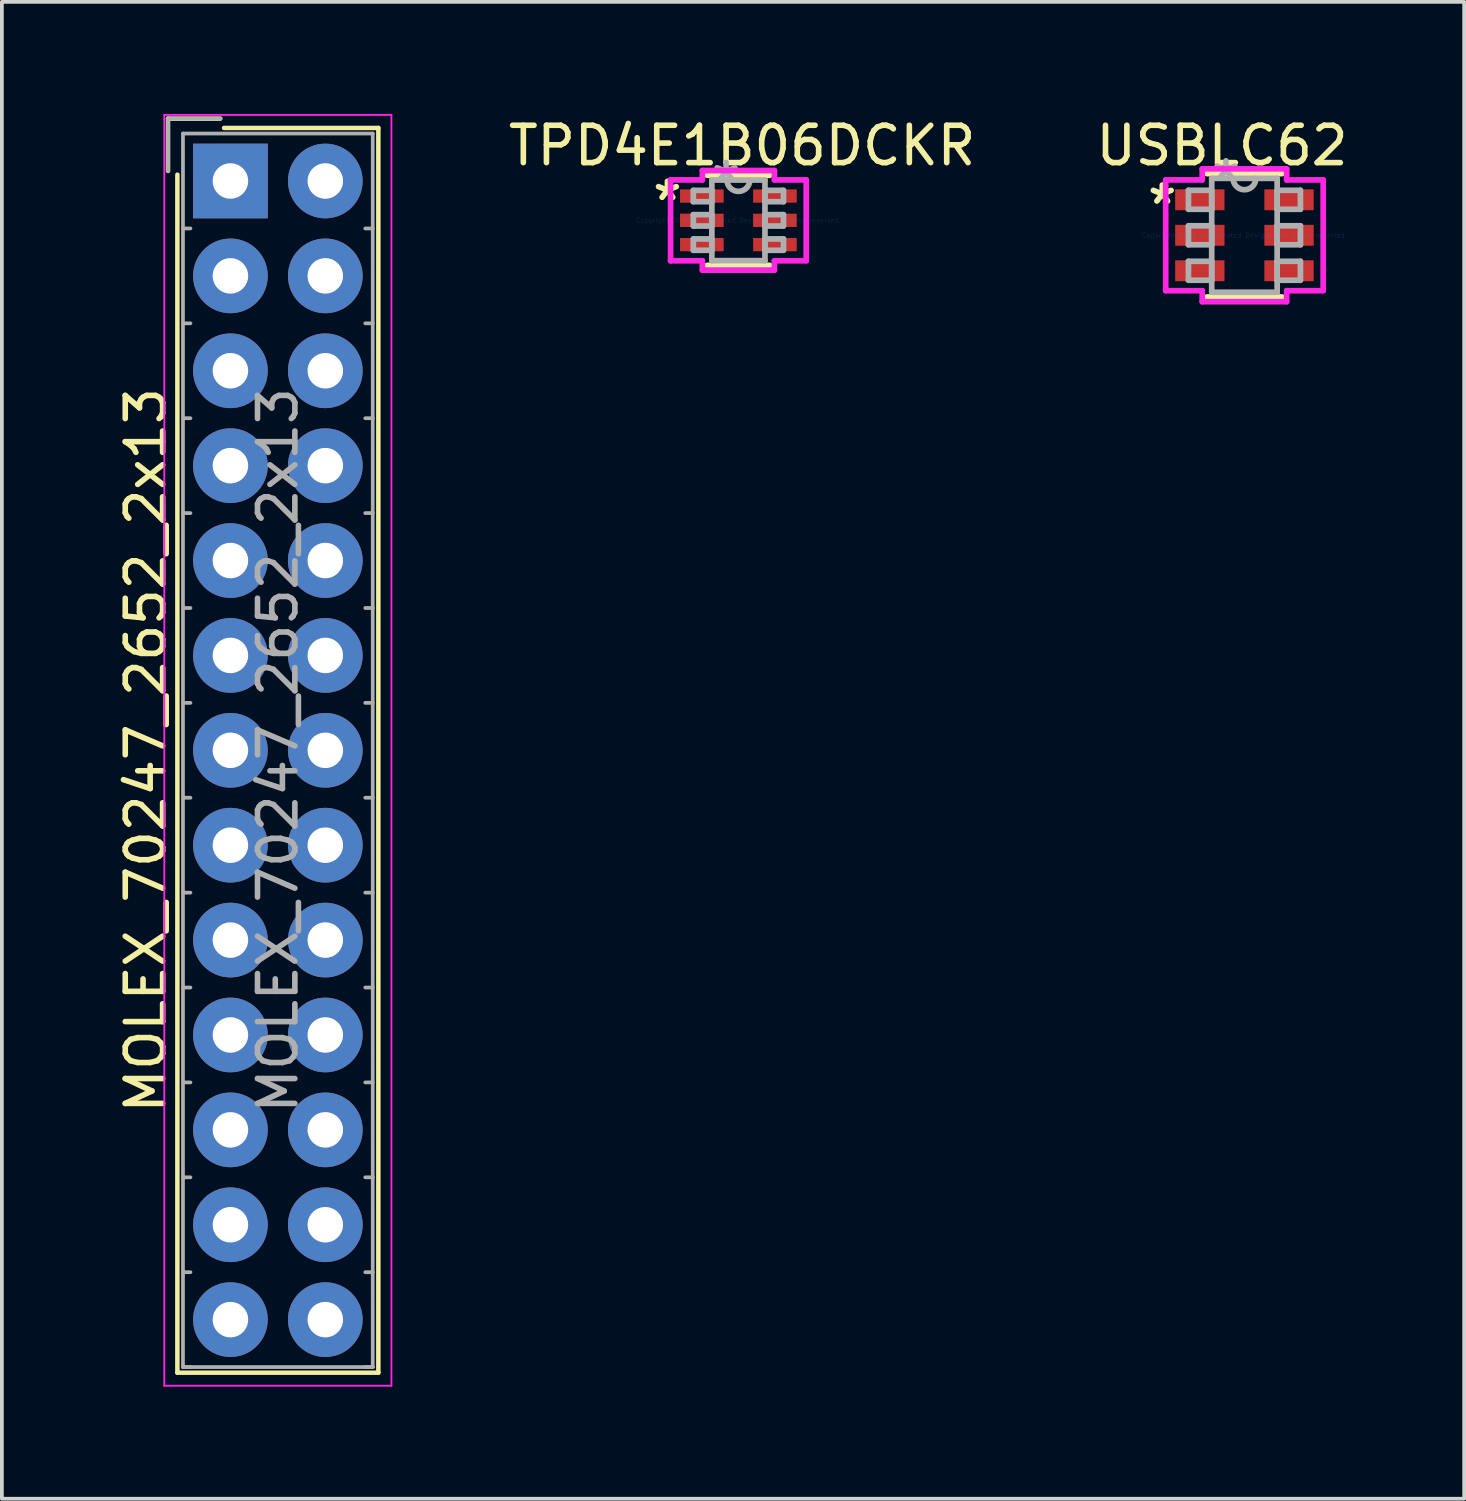
<source format=kicad_pcb>
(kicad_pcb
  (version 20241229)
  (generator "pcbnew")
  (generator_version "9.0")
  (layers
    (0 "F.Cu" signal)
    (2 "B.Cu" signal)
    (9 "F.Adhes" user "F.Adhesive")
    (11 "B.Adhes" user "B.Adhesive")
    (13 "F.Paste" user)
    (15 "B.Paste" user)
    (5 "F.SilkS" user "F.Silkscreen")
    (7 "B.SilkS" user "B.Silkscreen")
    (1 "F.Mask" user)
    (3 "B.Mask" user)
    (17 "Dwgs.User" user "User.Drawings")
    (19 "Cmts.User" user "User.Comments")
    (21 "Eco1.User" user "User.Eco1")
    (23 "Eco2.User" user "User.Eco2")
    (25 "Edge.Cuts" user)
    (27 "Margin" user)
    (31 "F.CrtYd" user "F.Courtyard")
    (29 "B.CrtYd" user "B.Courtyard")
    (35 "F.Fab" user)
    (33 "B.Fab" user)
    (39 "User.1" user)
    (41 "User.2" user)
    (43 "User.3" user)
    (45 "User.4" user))
  (footprint "USBLC62"
    (layer "F.Cu")
    (at 30.262 3.248)
    (property "Reference" "USBLC62" (at -0.6 -2.4 0) (layer "F.SilkS") (effects (font (size 1 1) (thickness 0.15))))
    (attr through_hole)
    (fp_line (start -1.003 1.651) (end 1.003 1.651) (stroke (width 0.152) (type solid)) (layer "F.SilkS"))
    (fp_line (start 1.003 -1.651) (end -1.003 -1.651) (stroke (width 0.152) (type solid)) (layer "F.SilkS"))
    (fp_line (start -2.108 -1.483) (end -1.13 -1.483) (stroke (width 0.152) (type solid)) (layer "F.CrtYd"))
    (fp_line (start -2.108 1.483) (end -2.108 -1.483) (stroke (width 0.152) (type solid)) (layer "F.CrtYd"))
    (fp_line (start -1.13 -1.778) (end 1.13 -1.778) (stroke (width 0.152) (type solid)) (layer "F.CrtYd"))
    (fp_line (start -1.13 -1.483) (end -1.13 -1.778) (stroke (width 0.152) (type solid)) (layer "F.CrtYd"))
    (fp_line (start -1.13 1.483) (end -2.108 1.483) (stroke (width 0.152) (type solid)) (layer "F.CrtYd"))
    (fp_line (start -1.13 1.778) (end -1.13 1.483) (stroke (width 0.152) (type solid)) (layer "F.CrtYd"))
    (fp_line (start 1.13 -1.778) (end 1.13 -1.483) (stroke (width 0.152) (type solid)) (layer "F.CrtYd"))
    (fp_line (start 1.13 -1.483) (end 2.108 -1.483) (stroke (width 0.152) (type solid)) (layer "F.CrtYd"))
    (fp_line (start 1.13 1.483) (end 1.13 1.778) (stroke (width 0.152) (type solid)) (layer "F.CrtYd"))
    (fp_line (start 1.13 1.778) (end -1.13 1.778) (stroke (width 0.152) (type solid)) (layer "F.CrtYd"))
    (fp_line (start 2.108 -1.483) (end 2.108 1.483) (stroke (width 0.152) (type solid)) (layer "F.CrtYd"))
    (fp_line (start 2.108 1.483) (end 1.13 1.483) (stroke (width 0.152) (type solid)) (layer "F.CrtYd"))
    (fp_line (start -1.499 -1.204) (end -1.499 -0.696) (stroke (width 0.152) (type solid)) (layer "F.Fab"))
    (fp_line (start -1.499 -0.696) (end -0.876 -0.696) (stroke (width 0.152) (type solid)) (layer "F.Fab"))
    (fp_line (start -1.499 -0.254) (end -1.499 0.254) (stroke (width 0.152) (type solid)) (layer "F.Fab"))
    (fp_line (start -1.499 0.254) (end -0.876 0.254) (stroke (width 0.152) (type solid)) (layer "F.Fab"))
    (fp_line (start -1.499 0.696) (end -1.499 1.204) (stroke (width 0.152) (type solid)) (layer "F.Fab"))
    (fp_line (start -1.499 1.204) (end -0.876 1.204) (stroke (width 0.152) (type solid)) (layer "F.Fab"))
    (fp_line (start -0.876 -1.524) (end -0.876 1.524) (stroke (width 0.152) (type solid)) (layer "F.Fab"))
    (fp_line (start -0.876 -1.204) (end -1.499 -1.204) (stroke (width 0.152) (type solid)) (layer "F.Fab"))
    (fp_line (start -0.876 -0.696) (end -0.876 -1.204) (stroke (width 0.152) (type solid)) (layer "F.Fab"))
    (fp_line (start -0.876 -0.254) (end -1.499 -0.254) (stroke (width 0.152) (type solid)) (layer "F.Fab"))
    (fp_line (start -0.876 0.254) (end -0.876 -0.254) (stroke (width 0.152) (type solid)) (layer "F.Fab"))
    (fp_line (start -0.876 0.696) (end -1.499 0.696) (stroke (width 0.152) (type solid)) (layer "F.Fab"))
    (fp_line (start -0.876 1.204) (end -0.876 0.696) (stroke (width 0.152) (type solid)) (layer "F.Fab"))
    (fp_line (start -0.876 1.524) (end 0.876 1.524) (stroke (width 0.152) (type solid)) (layer "F.Fab"))
    (fp_line (start 0.876 -1.524) (end -0.876 -1.524) (stroke (width 0.152) (type solid)) (layer "F.Fab"))
    (fp_line (start 0.876 -1.204) (end 0.876 -0.696) (stroke (width 0.152) (type solid)) (layer "F.Fab"))
    (fp_line (start 0.876 -0.696) (end 1.499 -0.696) (stroke (width 0.152) (type solid)) (layer "F.Fab"))
    (fp_line (start 0.876 -0.254) (end 0.876 0.254) (stroke (width 0.152) (type solid)) (layer "F.Fab"))
    (fp_line (start 0.876 0.254) (end 1.499 0.254) (stroke (width 0.152) (type solid)) (layer "F.Fab"))
    (fp_line (start 0.876 0.696) (end 0.876 1.204) (stroke (width 0.152) (type solid)) (layer "F.Fab"))
    (fp_line (start 0.876 1.204) (end 1.499 1.204) (stroke (width 0.152) (type solid)) (layer "F.Fab"))
    (fp_line (start 0.876 1.524) (end 0.876 -1.524) (stroke (width 0.152) (type solid)) (layer "F.Fab"))
    (fp_line (start 1.499 -1.204) (end 0.876 -1.204) (stroke (width 0.152) (type solid)) (layer "F.Fab"))
    (fp_line (start 1.499 -0.696) (end 1.499 -1.204) (stroke (width 0.152) (type solid)) (layer "F.Fab"))
    (fp_line (start 1.499 -0.254) (end 0.876 -0.254) (stroke (width 0.152) (type solid)) (layer "F.Fab"))
    (fp_line (start 1.499 0.254) (end 1.499 -0.254) (stroke (width 0.152) (type solid)) (layer "F.Fab"))
    (fp_line (start 1.499 0.696) (end 0.876 0.696) (stroke (width 0.152) (type solid)) (layer "F.Fab"))
    (fp_line (start 1.499 1.204) (end 1.499 0.696) (stroke (width 0.152) (type solid)) (layer "F.Fab"))
    (fp_arc (start 0.3048 -1.524) (mid 0 -1.2192) (end -0.3048 -1.524) (stroke (width 0.1524) (type solid)) (layer "F.Fab"))
    (fp_text user "*" (at -2.2 -0.8 0) (layer "F.SilkS") (effects (font (size 1 1) (thickness 0.15))))
    (fp_text user "Copyright 2016 Accelerated Designs. All rights reserved." (at 0 0 0) (layer "Cmts.User") (effects (font (size 0.127 0.127) (thickness 0.002))))
    (fp_text user "*" (at -0.495 -1.448 0) (layer "F.Fab") (effects (font (size 1 1) (thickness 0.15))))
    (pad "1" smd rect (at -1.194 -0.95) (size 1.321 0.559) (layers "F.Cu" "F.Mask" "F.Paste"))
    (pad "2" smd rect (at -1.194 0) (size 1.321 0.559) (layers "F.Cu" "F.Mask" "F.Paste"))
    (pad "3" smd rect (at -1.194 0.95) (size 1.321 0.559) (layers "F.Cu" "F.Mask" "F.Paste"))
    (pad "4" smd rect (at 1.194 0.95) (size 1.321 0.559) (layers "F.Cu" "F.Mask" "F.Paste"))
    (pad "5" smd rect (at 1.194 0) (size 1.321 0.559) (layers "F.Cu" "F.Mask" "F.Paste"))
    (pad "6" smd rect (at 1.194 -0.95) (size 1.321 0.559) (layers "F.Cu" "F.Mask" "F.Paste")))
  (footprint "TPD4E1B06DCKR"
    (layer "F.Cu")
    (at 16.716 2.848)
    (property "Reference" "TPD4E1B06DCKR" (at 0.1 -2 0) (layer "F.SilkS") (effects (font (size 1 1) (thickness 0.15))))
    (attr through_hole)
    (fp_line (start -0.838 1.206) (end 0.838 1.206) (stroke (width 0.152) (type solid)) (layer "F.SilkS"))
    (fp_line (start 0.838 -1.206) (end -0.838 -1.206) (stroke (width 0.152) (type solid)) (layer "F.SilkS"))
    (fp_line (start -1.816 -1.082) (end -0.965 -1.082) (stroke (width 0.152) (type solid)) (layer "F.CrtYd"))
    (fp_line (start -1.816 1.082) (end -1.816 -1.082) (stroke (width 0.152) (type solid)) (layer "F.CrtYd"))
    (fp_line (start -0.965 -1.333) (end 0.965 -1.333) (stroke (width 0.152) (type solid)) (layer "F.CrtYd"))
    (fp_line (start -0.965 -1.082) (end -0.965 -1.333) (stroke (width 0.152) (type solid)) (layer "F.CrtYd"))
    (fp_line (start -0.965 1.082) (end -1.816 1.082) (stroke (width 0.152) (type solid)) (layer "F.CrtYd"))
    (fp_line (start -0.965 1.333) (end -0.965 1.082) (stroke (width 0.152) (type solid)) (layer "F.CrtYd"))
    (fp_line (start 0.965 -1.333) (end 0.965 -1.082) (stroke (width 0.152) (type solid)) (layer "F.CrtYd"))
    (fp_line (start 0.965 -1.082) (end 1.816 -1.082) (stroke (width 0.152) (type solid)) (layer "F.CrtYd"))
    (fp_line (start 0.965 1.082) (end 0.965 1.333) (stroke (width 0.152) (type solid)) (layer "F.CrtYd"))
    (fp_line (start 0.965 1.333) (end -0.965 1.333) (stroke (width 0.152) (type solid)) (layer "F.CrtYd"))
    (fp_line (start 1.816 -1.082) (end 1.816 1.082) (stroke (width 0.152) (type solid)) (layer "F.CrtYd"))
    (fp_line (start 1.816 1.082) (end 0.965 1.082) (stroke (width 0.152) (type solid)) (layer "F.CrtYd"))
    (fp_line (start -1.206 -0.802) (end -1.206 -0.498) (stroke (width 0.152) (type solid)) (layer "F.Fab"))
    (fp_line (start -1.206 -0.498) (end -0.711 -0.498) (stroke (width 0.152) (type solid)) (layer "F.Fab"))
    (fp_line (start -1.206 -0.152) (end -1.206 0.152) (stroke (width 0.152) (type solid)) (layer "F.Fab"))
    (fp_line (start -1.206 0.152) (end -0.711 0.152) (stroke (width 0.152) (type solid)) (layer "F.Fab"))
    (fp_line (start -1.206 0.498) (end -1.206 0.802) (stroke (width 0.152) (type solid)) (layer "F.Fab"))
    (fp_line (start -1.206 0.802) (end -0.711 0.802) (stroke (width 0.152) (type solid)) (layer "F.Fab"))
    (fp_line (start -0.711 -1.079) (end -0.711 1.079) (stroke (width 0.152) (type solid)) (layer "F.Fab"))
    (fp_line (start -0.711 -0.802) (end -1.206 -0.802) (stroke (width 0.152) (type solid)) (layer "F.Fab"))
    (fp_line (start -0.711 -0.498) (end -0.711 -0.802) (stroke (width 0.152) (type solid)) (layer "F.Fab"))
    (fp_line (start -0.711 -0.152) (end -1.206 -0.152) (stroke (width 0.152) (type solid)) (layer "F.Fab"))
    (fp_line (start -0.711 0.152) (end -0.711 -0.152) (stroke (width 0.152) (type solid)) (layer "F.Fab"))
    (fp_line (start -0.711 0.498) (end -1.206 0.498) (stroke (width 0.152) (type solid)) (layer "F.Fab"))
    (fp_line (start -0.711 0.802) (end -0.711 0.498) (stroke (width 0.152) (type solid)) (layer "F.Fab"))
    (fp_line (start -0.711 1.079) (end 0.711 1.079) (stroke (width 0.152) (type solid)) (layer "F.Fab"))
    (fp_line (start 0.711 -1.079) (end -0.711 -1.079) (stroke (width 0.152) (type solid)) (layer "F.Fab"))
    (fp_line (start 0.711 -0.802) (end 0.711 -0.498) (stroke (width 0.152) (type solid)) (layer "F.Fab"))
    (fp_line (start 0.711 -0.498) (end 1.206 -0.498) (stroke (width 0.152) (type solid)) (layer "F.Fab"))
    (fp_line (start 0.711 -0.152) (end 0.711 0.152) (stroke (width 0.152) (type solid)) (layer "F.Fab"))
    (fp_line (start 0.711 0.152) (end 1.206 0.152) (stroke (width 0.152) (type solid)) (layer "F.Fab"))
    (fp_line (start 0.711 0.498) (end 0.711 0.802) (stroke (width 0.152) (type solid)) (layer "F.Fab"))
    (fp_line (start 0.711 0.802) (end 1.206 0.802) (stroke (width 0.152) (type solid)) (layer "F.Fab"))
    (fp_line (start 0.711 1.079) (end 0.711 -1.079) (stroke (width 0.152) (type solid)) (layer "F.Fab"))
    (fp_line (start 1.206 -0.802) (end 0.711 -0.802) (stroke (width 0.152) (type solid)) (layer "F.Fab"))
    (fp_line (start 1.206 -0.498) (end 1.206 -0.802) (stroke (width 0.152) (type solid)) (layer "F.Fab"))
    (fp_line (start 1.206 -0.152) (end 0.711 -0.152) (stroke (width 0.152) (type solid)) (layer "F.Fab"))
    (fp_line (start 1.206 0.152) (end 1.206 -0.152) (stroke (width 0.152) (type solid)) (layer "F.Fab"))
    (fp_line (start 1.206 0.498) (end 0.711 0.498) (stroke (width 0.152) (type solid)) (layer "F.Fab"))
    (fp_line (start 1.206 0.802) (end 1.206 0.498) (stroke (width 0.152) (type solid)) (layer "F.Fab"))
    (fp_arc (start 0.3048 -1.0795) (mid 0 -0.7747) (end -0.3048 -1.0795) (stroke (width 0.1524) (type solid)) (layer "F.Fab"))
    (fp_text user "*" (at -1.9 -0.5 0) (layer "F.SilkS") (effects (font (size 1 1) (thickness 0.15))))
    (fp_text user "Copyright 2016 Accelerated Designs. All rights reserved." (at 0 0 0) (layer "Cmts.User") (effects (font (size 0.127 0.127) (thickness 0.002))))
    (fp_text user "*" (at -0.33 -1.003 0) (layer "F.Fab") (effects (font (size 1 1) (thickness 0.15))))
    (pad "1" smd rect (at -0.978 -0.65) (size 1.168 0.356) (layers "F.Cu" "F.Mask" "F.Paste"))
    (pad "2" smd rect (at -0.978 0) (size 1.168 0.356) (layers "F.Cu" "F.Mask" "F.Paste"))
    (pad "3" smd rect (at -0.978 0.65) (size 1.168 0.356) (layers "F.Cu" "F.Mask" "F.Paste"))
    (pad "4" smd rect (at 0.978 0.65) (size 1.168 0.356) (layers "F.Cu" "F.Mask" "F.Paste"))
    (pad "5" smd rect (at 0.978 0) (size 1.168 0.356) (layers "F.Cu" "F.Mask" "F.Paste"))
    (pad "6" smd rect (at 0.978 -0.65) (size 1.168 0.356) (layers "F.Cu" "F.Mask" "F.Paste")))
  (footprint "MOLEX_70247_2652_2x13"
    (layer "F.Cu")
    (at 3.118 1.795)
    (property "Reference" "MOLEX_70247_2652_2x13" (at -2.27 15.24 90) (layer "F.SilkS") (effects (font (size 1 1) (thickness 0.15))))
    (attr through_hole)
    (fp_line (start -1.67 -1.67) (end -1.67 -0.27) (stroke (width 0.12) (type solid)) (layer "F.SilkS"))
    (fp_line (start -1.42 31.9) (end -1.42 -0.17) (stroke (width 0.12) (type solid)) (layer "F.SilkS"))
    (fp_line (start -0.27 -1.67) (end -1.67 -1.67) (stroke (width 0.12) (type solid)) (layer "F.SilkS"))
    (fp_line (start -0.17 -1.42) (end 3.96 -1.42) (stroke (width 0.12) (type solid)) (layer "F.SilkS"))
    (fp_line (start 3.96 -1.42) (end 3.96 31.9) (stroke (width 0.12) (type solid)) (layer "F.SilkS"))
    (fp_line (start 3.96 31.9) (end -1.42 31.9) (stroke (width 0.12) (type solid)) (layer "F.SilkS"))
    (fp_line (start -1.77 -1.77) (end -1.77 32.25) (stroke (width 0.05) (type solid)) (layer "F.CrtYd"))
    (fp_line (start -1.77 32.25) (end 4.31 32.25) (stroke (width 0.05) (type solid)) (layer "F.CrtYd"))
    (fp_line (start 4.31 -1.77) (end -1.77 -1.77) (stroke (width 0.05) (type solid)) (layer "F.CrtYd"))
    (fp_line (start 4.31 32.25) (end 4.31 -1.77) (stroke (width 0.05) (type solid)) (layer "F.CrtYd"))
    (fp_line (start -1.67 -1.67) (end -1.67 -0.27) (stroke (width 0.1) (type solid)) (layer "F.Fab"))
    (fp_line (start -1.27 -1.27) (end -1.27 31.75) (stroke (width 0.1) (type solid)) (layer "F.Fab"))
    (fp_line (start -1.27 1.27) (end -1.07 1.27) (stroke (width 0.1) (type solid)) (layer "F.Fab"))
    (fp_line (start -1.27 3.81) (end -1.07 3.81) (stroke (width 0.1) (type solid)) (layer "F.Fab"))
    (fp_line (start -1.27 6.35) (end -1.07 6.35) (stroke (width 0.1) (type solid)) (layer "F.Fab"))
    (fp_line (start -1.27 8.89) (end -1.07 8.89) (stroke (width 0.1) (type solid)) (layer "F.Fab"))
    (fp_line (start -1.27 11.43) (end -1.07 11.43) (stroke (width 0.1) (type solid)) (layer "F.Fab"))
    (fp_line (start -1.27 13.97) (end -1.07 13.97) (stroke (width 0.1) (type solid)) (layer "F.Fab"))
    (fp_line (start -1.27 16.51) (end -1.07 16.51) (stroke (width 0.1) (type solid)) (layer "F.Fab"))
    (fp_line (start -1.27 19.05) (end -1.07 19.05) (stroke (width 0.1) (type solid)) (layer "F.Fab"))
    (fp_line (start -1.27 21.59) (end -1.07 21.59) (stroke (width 0.1) (type solid)) (layer "F.Fab"))
    (fp_line (start -1.27 24.13) (end -1.07 24.13) (stroke (width 0.1) (type solid)) (layer "F.Fab"))
    (fp_line (start -1.27 26.67) (end -1.07 26.67) (stroke (width 0.1) (type solid)) (layer "F.Fab"))
    (fp_line (start -1.27 29.21) (end -1.07 29.21) (stroke (width 0.1) (type solid)) (layer "F.Fab"))
    (fp_line (start -1.27 31.75) (end -1.07 31.75) (stroke (width 0.1) (type solid)) (layer "F.Fab"))
    (fp_line (start -1.27 31.75) (end 3.81 31.75) (stroke (width 0.1) (type solid)) (layer "F.Fab"))
    (fp_line (start -0.27 -1.67) (end -1.67 -1.67) (stroke (width 0.1) (type solid)) (layer "F.Fab"))
    (fp_line (start 3.81 -1.27) (end -1.27 -1.27) (stroke (width 0.1) (type solid)) (layer "F.Fab"))
    (fp_line (start 3.81 1.27) (end 3.61 1.27) (stroke (width 0.1) (type solid)) (layer "F.Fab"))
    (fp_line (start 3.81 3.81) (end 3.61 3.81) (stroke (width 0.1) (type solid)) (layer "F.Fab"))
    (fp_line (start 3.81 6.35) (end 3.61 6.35) (stroke (width 0.1) (type solid)) (layer "F.Fab"))
    (fp_line (start 3.81 8.89) (end 3.61 8.89) (stroke (width 0.1) (type solid)) (layer "F.Fab"))
    (fp_line (start 3.81 11.43) (end 3.61 11.43) (stroke (width 0.1) (type solid)) (layer "F.Fab"))
    (fp_line (start 3.81 13.97) (end 3.61 13.97) (stroke (width 0.1) (type solid)) (layer "F.Fab"))
    (fp_line (start 3.81 16.51) (end 3.61 16.51) (stroke (width 0.1) (type solid)) (layer "F.Fab"))
    (fp_line (start 3.81 19.05) (end 3.61 19.05) (stroke (width 0.1) (type solid)) (layer "F.Fab"))
    (fp_line (start 3.81 21.59) (end 3.61 21.59) (stroke (width 0.1) (type solid)) (layer "F.Fab"))
    (fp_line (start 3.81 24.13) (end 3.61 24.13) (stroke (width 0.1) (type solid)) (layer "F.Fab"))
    (fp_line (start 3.81 26.67) (end 3.61 26.67) (stroke (width 0.1) (type solid)) (layer "F.Fab"))
    (fp_line (start 3.81 29.21) (end 3.61 29.21) (stroke (width 0.1) (type solid)) (layer "F.Fab"))
    (fp_line (start 3.81 31.75) (end 3.61 31.75) (stroke (width 0.1) (type solid)) (layer "F.Fab"))
    (fp_line (start 3.81 31.75) (end 3.81 -1.27) (stroke (width 0.1) (type solid)) (layer "F.Fab"))
    (fp_text user "${REFERENCE}" (at 1.27 15.24 90) (layer "F.Fab") (effects (font (size 1 1) (thickness 0.15))))
    (pad "1" thru_hole rect (at 0 0) (size 2 2) (drill 0.95) (layers "*.Cu" "*.Mask"))
    (pad "2" thru_hole circle (at 2.54 0) (size 2 2) (drill 0.95) (layers "*.Cu" "*.Mask"))
    (pad "3" thru_hole circle (at 0 2.54) (size 2 2) (drill 0.95) (layers "*.Cu" "*.Mask"))
    (pad "4" thru_hole circle (at 2.54 2.54) (size 2 2) (drill 0.95) (layers "*.Cu" "*.Mask"))
    (pad "5" thru_hole circle (at 0 5.08) (size 2 2) (drill 0.95) (layers "*.Cu" "*.Mask"))
    (pad "6" thru_hole circle (at 2.54 5.08) (size 2 2) (drill 0.95) (layers "*.Cu" "*.Mask"))
    (pad "7" thru_hole circle (at 0 7.62) (size 2 2) (drill 0.95) (layers "*.Cu" "*.Mask"))
    (pad "8" thru_hole circle (at 2.54 7.62) (size 2 2) (drill 0.95) (layers "*.Cu" "*.Mask"))
    (pad "9" thru_hole circle (at 0 10.16) (size 2 2) (drill 0.95) (layers "*.Cu" "*.Mask"))
    (pad "10" thru_hole circle (at 2.54 10.16) (size 2 2) (drill 0.95) (layers "*.Cu" "*.Mask"))
    (pad "11" thru_hole circle (at 0 12.7) (size 2 2) (drill 0.95) (layers "*.Cu" "*.Mask"))
    (pad "12" thru_hole circle (at 2.54 12.7) (size 2 2) (drill 0.95) (layers "*.Cu" "*.Mask"))
    (pad "13" thru_hole circle (at 0 15.24) (size 2 2) (drill 0.95) (layers "*.Cu" "*.Mask"))
    (pad "14" thru_hole circle (at 2.54 15.24) (size 2 2) (drill 0.95) (layers "*.Cu" "*.Mask"))
    (pad "15" thru_hole circle (at 0 17.78) (size 2 2) (drill 0.95) (layers "*.Cu" "*.Mask"))
    (pad "16" thru_hole circle (at 2.54 17.78) (size 2 2) (drill 0.95) (layers "*.Cu" "*.Mask"))
    (pad "17" thru_hole circle (at 0 20.32) (size 2 2) (drill 0.95) (layers "*.Cu" "*.Mask"))
    (pad "18" thru_hole circle (at 2.54 20.32) (size 2 2) (drill 0.95) (layers "*.Cu" "*.Mask"))
    (pad "19" thru_hole circle (at 0 22.86) (size 2 2) (drill 0.95) (layers "*.Cu" "*.Mask"))
    (pad "20" thru_hole circle (at 2.54 22.86) (size 2 2) (drill 0.95) (layers "*.Cu" "*.Mask"))
    (pad "21" thru_hole circle (at 0 25.4) (size 2 2) (drill 0.95) (layers "*.Cu" "*.Mask"))
    (pad "22" thru_hole circle (at 2.54 25.4) (size 2 2) (drill 0.95) (layers "*.Cu" "*.Mask"))
    (pad "23" thru_hole circle (at 0 27.94) (size 2 2) (drill 0.95) (layers "*.Cu" "*.Mask"))
    (pad "24" thru_hole circle (at 2.54 27.94) (size 2 2) (drill 0.95) (layers "*.Cu" "*.Mask"))
    (pad "25" thru_hole circle (at 0 30.48) (size 2 2) (drill 0.95) (layers "*.Cu" "*.Mask"))
    (pad "26" thru_hole circle (at 2.54 30.48) (size 2 2) (drill 0.95) (layers "*.Cu" "*.Mask")))
  (gr_rect
    (start -3 -3)
    (end 36.144 37.07)
    (stroke (width 0.1) (type default))
    (fill no)
    (layer "Edge.Cuts")))
</source>
